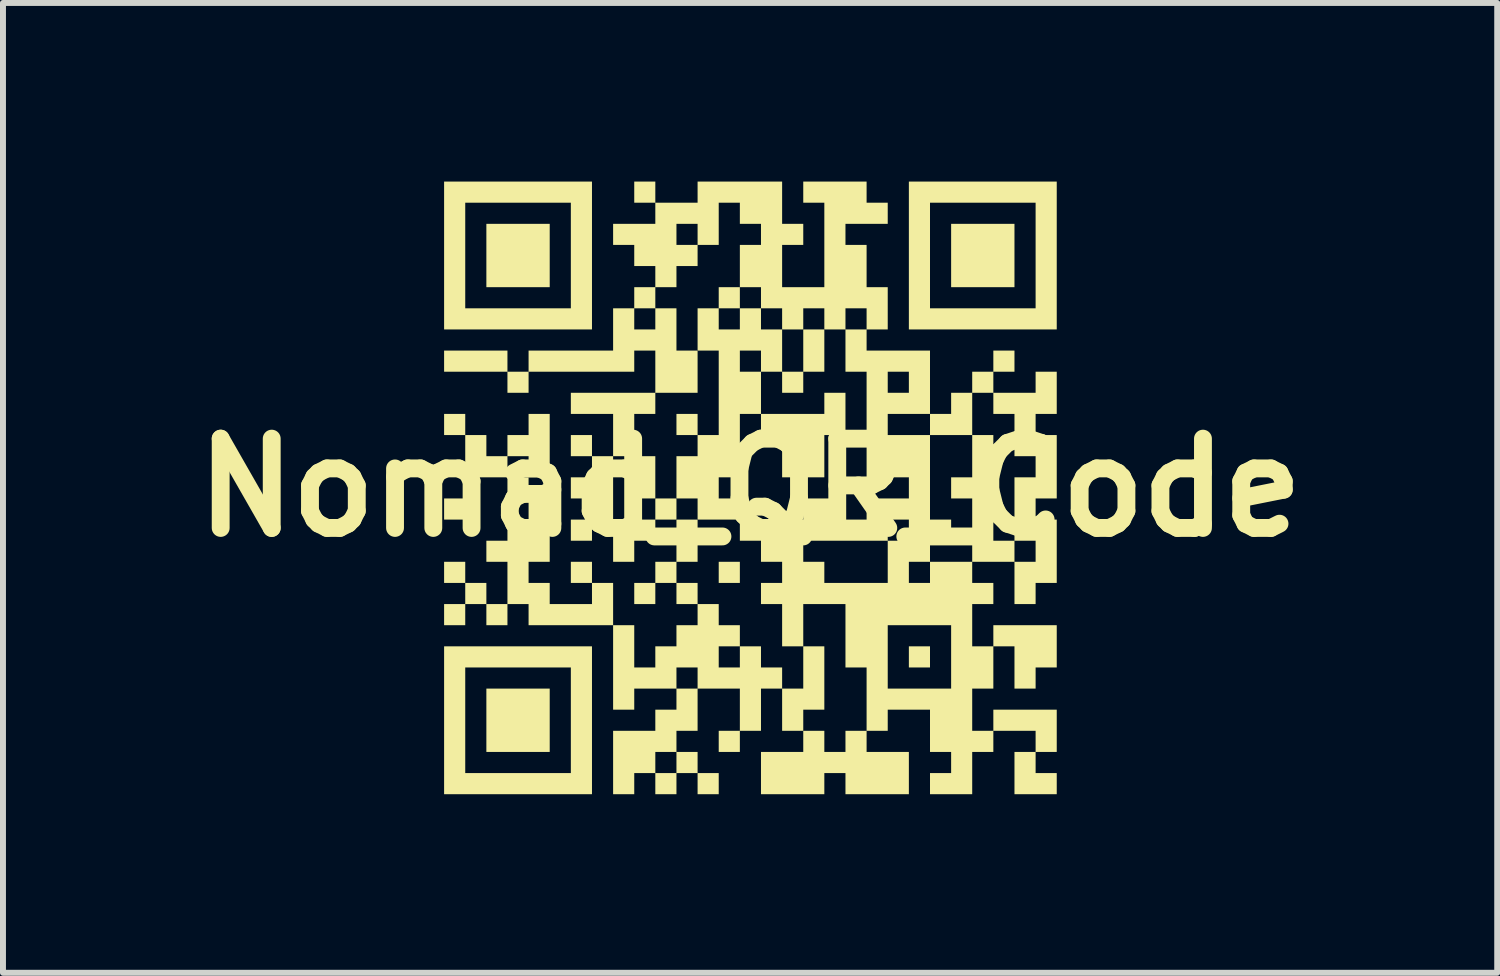
<source format=kicad_pcb>
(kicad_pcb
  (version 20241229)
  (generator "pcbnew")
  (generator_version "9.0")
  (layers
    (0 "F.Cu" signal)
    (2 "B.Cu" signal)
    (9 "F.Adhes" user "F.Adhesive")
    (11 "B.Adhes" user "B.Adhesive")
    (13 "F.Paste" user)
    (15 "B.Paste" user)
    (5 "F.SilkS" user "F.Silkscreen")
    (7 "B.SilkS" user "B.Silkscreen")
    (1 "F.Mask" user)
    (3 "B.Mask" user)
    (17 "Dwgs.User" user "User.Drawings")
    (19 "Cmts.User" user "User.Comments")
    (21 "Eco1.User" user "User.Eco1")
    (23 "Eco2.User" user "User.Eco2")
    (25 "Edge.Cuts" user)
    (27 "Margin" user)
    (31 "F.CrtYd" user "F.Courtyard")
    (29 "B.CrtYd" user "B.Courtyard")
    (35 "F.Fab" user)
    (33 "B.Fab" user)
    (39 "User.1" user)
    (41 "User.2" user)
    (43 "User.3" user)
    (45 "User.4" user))
  (footprint "Nomad_QR_Code"
    (layer "F.Cu")
    (at 9.55 5.14)
    (property "Reference" "Nomad_QR_Code" (at 0 0 0) (layer "F.SilkS") (effects (font (size 1.5 1.5) (thickness 0.3))))
    (attr board_only exclude_from_pos_files exclude_from_bom)
    (fp_poly (pts (xy -4.785 -1.059) (xy -4.785 -0.882) (xy -4.963 -0.882) (xy -5.14 -0.882) (xy -5.14 -1.059) (xy -5.14 -1.237) (xy -4.963 -1.237) (xy -4.785 -1.237)) (stroke (width 0) (type solid)) (fill yes) (layer "F.SilkS"))
    (fp_poly (pts (xy -4.785 0.36) (xy -4.785 0.538) (xy -4.963 0.538) (xy -5.14 0.538) (xy -5.14 0.36) (xy -5.14 0.183) (xy -4.963 0.183) (xy -4.785 0.183)) (stroke (width 0) (type solid)) (fill yes) (layer "F.SilkS"))
    (fp_poly (pts (xy -4.785 1.425) (xy -4.785 1.602) (xy -4.963 1.602) (xy -5.14 1.602) (xy -5.14 1.425) (xy -5.14 1.247) (xy -4.963 1.247) (xy -4.785 1.247)) (stroke (width 0) (type solid)) (fill yes) (layer "F.SilkS"))
    (fp_poly (pts (xy -3.366 -3.898) (xy -3.366 -3.366) (xy -3.898 -3.366) (xy -4.43 -3.366) (xy -4.43 -3.898) (xy -4.43 -4.43) (xy -3.898 -4.43) (xy -3.366 -4.43)) (stroke (width 0) (type solid)) (fill yes) (layer "F.SilkS"))
    (fp_poly (pts (xy -3.366 3.909) (xy -3.366 4.441) (xy -3.898 4.441) (xy -4.43 4.441) (xy -4.43 3.909) (xy -4.43 3.377) (xy -3.898 3.377) (xy -3.366 3.377)) (stroke (width 0) (type solid)) (fill yes) (layer "F.SilkS"))
    (fp_poly (pts (xy -2.656 1.425) (xy -2.656 1.602) (xy -2.834 1.602) (xy -3.011 1.602) (xy -3.011 1.425) (xy -3.011 1.247) (xy -2.834 1.247) (xy -2.656 1.247)) (stroke (width 0) (type solid)) (fill yes) (layer "F.SilkS"))
    (fp_poly (pts (xy -1.592 -0.172) (xy -1.592 0.183) (xy -1.769 0.183) (xy -1.946 0.183) (xy -1.946 -0.172) (xy -1.946 -0.527) (xy -1.769 -0.527) (xy -1.592 -0.527)) (stroke (width 0) (type solid)) (fill yes) (layer "F.SilkS"))
    (fp_poly (pts (xy -0.882 1.78) (xy -0.882 1.957) (xy -1.059 1.957) (xy -1.237 1.957) (xy -1.237 1.78) (xy -1.237 1.602) (xy -1.059 1.602) (xy -0.882 1.602)) (stroke (width 0) (type solid)) (fill yes) (layer "F.SilkS"))
    (fp_poly (pts (xy -0.527 4.974) (xy -0.527 5.151) (xy -0.704 5.151) (xy -0.882 5.151) (xy -0.882 4.974) (xy -0.882 4.796) (xy -0.704 4.796) (xy -0.527 4.796)) (stroke (width 0) (type solid)) (fill yes) (layer "F.SilkS"))
    (fp_poly (pts (xy -0.172 1.425) (xy -0.172 1.602) (xy -0.349 1.602) (xy -0.527 1.602) (xy -0.527 1.425) (xy -0.527 1.247) (xy -0.349 1.247) (xy -0.172 1.247)) (stroke (width 0) (type solid)) (fill yes) (layer "F.SilkS"))
    (fp_poly (pts (xy 3.022 2.844) (xy 3.022 3.022) (xy 2.844 3.022) (xy 2.667 3.022) (xy 2.667 2.844) (xy 2.667 2.667) (xy 2.844 2.667) (xy 3.022 2.667)) (stroke (width 0) (type solid)) (fill yes) (layer "F.SilkS"))
    (fp_poly (pts (xy 4.441 -3.898) (xy 4.441 -3.366) (xy 3.909 -3.366) (xy 3.377 -3.366) (xy 3.377 -3.898) (xy 3.377 -4.43) (xy 3.909 -4.43) (xy 4.441 -4.43)) (stroke (width 0) (type solid)) (fill yes) (layer "F.SilkS"))
    (fp_poly (pts (xy -2.656 -3.898) (xy -2.656 -2.656) (xy -3.898 -2.656) (xy -5.14 -2.656) (xy -5.14 -3.898) (xy -4.785 -3.898) (xy -4.785 -3.011) (xy -3.898 -3.011) (xy -3.011 -3.011) (xy -3.011 -3.898) (xy -3.011 -4.785) (xy -3.898 -4.785) (xy -4.785 -4.785) (xy -4.785 -3.898) (xy -5.14 -3.898) (xy -5.14 -5.14) (xy -3.898 -5.14) (xy -2.656 -5.14)) (stroke (width 0) (type solid)) (fill yes) (layer "F.SilkS"))
    (fp_poly (pts (xy -2.656 3.909) (xy -2.656 5.151) (xy -3.898 5.151) (xy -5.14 5.151) (xy -5.14 3.909) (xy -4.785 3.909) (xy -4.785 4.796) (xy -3.898 4.796) (xy -3.011 4.796) (xy -3.011 3.909) (xy -3.011 3.022) (xy -3.898 3.022) (xy -4.785 3.022) (xy -4.785 3.909) (xy -5.14 3.909) (xy -5.14 2.667) (xy -3.898 2.667) (xy -2.656 2.667)) (stroke (width 0) (type solid)) (fill yes) (layer "F.SilkS"))
    (fp_poly (pts (xy 5.151 -3.898) (xy 5.151 -2.656) (xy 3.909 -2.656) (xy 2.667 -2.656) (xy 2.667 -3.898) (xy 3.022 -3.898) (xy 3.022 -3.011) (xy 3.909 -3.011) (xy 4.796 -3.011) (xy 4.796 -3.898) (xy 4.796 -4.785) (xy 3.909 -4.785) (xy 3.022 -4.785) (xy 3.022 -3.898) (xy 2.667 -3.898) (xy 2.667 -5.14) (xy 3.909 -5.14) (xy 5.151 -5.14)) (stroke (width 0) (type solid)) (fill yes) (layer "F.SilkS"))
    (fp_poly (pts (xy -0.882 0.893) (xy -0.882 1.247) (xy -1.059 1.247) (xy -1.237 1.247) (xy -1.237 1.425) (xy -1.237 1.602) (xy -1.414 1.602) (xy -1.592 1.602) (xy -1.592 1.78) (xy -1.592 1.957) (xy -1.769 1.957) (xy -1.946 1.957) (xy -1.946 1.78) (xy -1.946 1.602) (xy -1.769 1.602) (xy -1.592 1.602) (xy -1.592 1.425) (xy -1.592 1.247) (xy -1.414 1.247) (xy -1.237 1.247) (xy -1.237 0.893) (xy -1.237 0.538) (xy -1.059 0.538) (xy -0.882 0.538)) (stroke (width 0) (type solid)) (fill yes) (layer "F.SilkS"))
    (fp_poly (pts (xy -3.366 -0.704) (xy -3.366 -0.172) (xy -3.543 -0.172) (xy -3.721 -0.172) (xy -3.721 0.005) (xy -3.721 0.183) (xy -3.898 0.183) (xy -4.076 0.183) (xy -4.076 0.005) (xy -4.076 -0.172) (xy -4.43 -0.172) (xy -4.785 -0.172) (xy -4.785 -0.349) (xy -4.076 -0.349) (xy -4.076 -0.172) (xy -3.898 -0.172) (xy -3.721 -0.172) (xy -3.721 -0.349) (xy -3.721 -0.527) (xy -3.898 -0.527) (xy -4.076 -0.527) (xy -4.076 -0.349) (xy -4.785 -0.349) (xy -4.785 -0.527) (xy -4.785 -0.882) (xy -4.608 -0.882) (xy -4.43 -0.882) (xy -4.43 -0.704) (xy -4.43 -0.527) (xy -4.253 -0.527) (xy -4.076 -0.527) (xy -4.076 -0.704) (xy -4.076 -0.882) (xy -3.898 -0.882) (xy -3.721 -0.882) (xy -3.721 -1.059) (xy -3.721 -1.237) (xy -3.543 -1.237) (xy -3.366 -1.237)) (stroke (width 0) (type solid)) (fill yes) (layer "F.SilkS"))
    (fp_poly (pts (xy -3.366 0.715) (xy -3.366 1.247) (xy -3.543 1.247) (xy -3.721 1.247) (xy -3.721 1.425) (xy -3.721 1.602) (xy -3.543 1.602) (xy -3.366 1.602) (xy -3.366 1.78) (xy -3.366 1.957) (xy -3.011 1.957) (xy -2.656 1.957) (xy -2.656 1.78) (xy -2.656 1.602) (xy -2.479 1.602) (xy -2.301 1.602) (xy -2.301 1.957) (xy -2.301 2.312) (xy -3.011 2.312) (xy -3.721 2.312) (xy -3.721 2.135) (xy -3.721 1.957) (xy -3.898 1.957) (xy -4.076 1.957) (xy -4.076 2.135) (xy -4.076 2.312) (xy -4.253 2.312) (xy -4.43 2.312) (xy -4.43 2.135) (xy -4.43 1.957) (xy -4.608 1.957) (xy -4.785 1.957) (xy -4.785 2.135) (xy -4.785 2.312) (xy -4.963 2.312) (xy -5.14 2.312) (xy -5.14 2.135) (xy -5.14 1.957) (xy -4.963 1.957) (xy -4.785 1.957) (xy -4.785 1.78) (xy -4.785 1.602) (xy -4.608 1.602) (xy -4.43 1.602) (xy -4.43 1.78) (xy -4.43 1.957) (xy -4.253 1.957) (xy -4.076 1.957) (xy -4.076 1.602) (xy -4.076 1.247) (xy -4.253 1.247) (xy -4.43 1.247) (xy -4.43 1.07) (xy -4.43 0.893) (xy -4.253 0.893) (xy -4.076 0.893) (xy -4.076 0.715) (xy -4.076 0.538) (xy -3.898 0.538) (xy -3.721 0.538) (xy -3.721 0.36) (xy -3.721 0.183) (xy -3.543 0.183) (xy -3.366 0.183)) (stroke (width 0) (type solid)) (fill yes) (layer "F.SilkS"))
    (fp_poly (pts (xy -0.172 -3.188) (xy -0.172 -3.011) (xy -0.349 -3.011) (xy -0.527 -3.011) (xy -0.527 -2.834) (xy -0.527 -2.656) (xy -0.349 -2.656) (xy -0.172 -2.656) (xy -0.172 -2.834) (xy -0.172 -3.011) (xy 0.005 -3.011) (xy 0.183 -3.011) (xy 0.183 -2.834) (xy 0.183 -2.656) (xy 0.36 -2.656) (xy 0.538 -2.656) (xy 0.538 -2.301) (xy 0.538 -1.946) (xy 0.715 -1.946) (xy 0.893 -1.946) (xy 0.893 -2.301) (xy 0.893 -2.656) (xy 1.07 -2.656) (xy 1.247 -2.656) (xy 1.247 -2.301) (xy 1.247 -1.946) (xy 1.07 -1.946) (xy 0.893 -1.946) (xy 0.893 -1.769) (xy 0.893 -1.592) (xy 0.715 -1.592) (xy 0.538 -1.592) (xy 0.538 -1.769) (xy 0.538 -1.946) (xy 0.36 -1.946) (xy 0.183 -1.946) (xy 0.183 -1.592) (xy 0.183 -1.237) (xy 0.715 -1.237) (xy 1.247 -1.237) (xy 1.247 -1.414) (xy 1.247 -1.592) (xy 1.425 -1.592) (xy 1.602 -1.592) (xy 1.602 -1.237) (xy 1.602 -0.882) (xy 1.425 -0.882) (xy 1.247 -0.882) (xy 1.247 -0.527) (xy 1.247 -0.172) (xy 0.893 -0.172) (xy 0.538 -0.172) (xy 0.538 -0.527) (xy 0.538 -0.882) (xy 0.36 -0.882) (xy 0.183 -0.882) (xy 0.183 -1.059) (xy 0.183 -1.237) (xy 0.005 -1.237) (xy -0.172 -1.237) (xy -0.172 -0.704) (xy -0.172 -0.172) (xy -0.349 -0.172) (xy -0.527 -0.172) (xy -0.527 0.005) (xy -0.527 0.183) (xy -0.349 0.183) (xy -0.172 0.183) (xy -0.172 0.36) (xy -0.172 0.538) (xy -0.527 0.538) (xy -0.882 0.538) (xy -0.882 0.36) (xy -0.882 0.183) (xy -1.059 0.183) (xy -1.237 0.183) (xy -1.237 -0.172) (xy -1.237 -0.527) (xy -1.059 -0.527) (xy -0.882 -0.527) (xy -0.882 -0.704) (xy -0.882 -0.882) (xy -1.059 -0.882) (xy -1.237 -0.882) (xy -1.237 -1.059) (xy -1.237 -1.237) (xy -1.059 -1.237) (xy -0.882 -1.237) (xy -0.882 -1.059) (xy -0.882 -0.882) (xy -0.704 -0.882) (xy -0.527 -0.882) (xy -0.527 -1.592) (xy -0.527 -2.124) (xy -0.172 -2.124) (xy -0.172 -1.946) (xy 0.005 -1.946) (xy 0.183 -1.946) (xy 0.183 -2.124) (xy 0.183 -2.301) (xy 0.005 -2.301) (xy -0.172 -2.301) (xy -0.172 -2.124) (xy -0.527 -2.124) (xy -0.527 -2.301) (xy -0.704 -2.301) (xy -0.882 -2.301) (xy -0.882 -2.656) (xy -0.882 -3.011) (xy -0.704 -3.011) (xy -0.527 -3.011) (xy -0.527 -3.188) (xy -0.527 -3.366) (xy -0.349 -3.366) (xy -0.172 -3.366)) (stroke (width 0) (type solid)) (fill yes) (layer "F.SilkS"))
    (fp_poly (pts (xy -0.527 2.135) (xy -0.527 2.312) (xy -0.349 2.312) (xy -0.172 2.312) (xy -0.172 2.489) (xy -0.172 2.667) (xy -0.349 2.667) (xy -0.527 2.667) (xy -0.527 2.844) (xy -0.527 3.022) (xy -0.349 3.022) (xy -0.172 3.022) (xy -0.172 2.844) (xy -0.172 2.667) (xy 0.005 2.667) (xy 0.183 2.667) (xy 0.183 2.844) (xy 0.183 3.022) (xy 0.36 3.022) (xy 0.538 3.022) (xy 0.538 3.199) (xy 0.538 3.377) (xy 0.715 3.377) (xy 0.893 3.377) (xy 0.893 3.022) (xy 0.893 2.667) (xy 1.07 2.667) (xy 1.247 2.667) (xy 1.247 3.199) (xy 1.247 3.731) (xy 1.07 3.731) (xy 0.893 3.731) (xy 0.893 3.909) (xy 0.893 4.086) (xy 0.715 4.086) (xy 0.538 4.086) (xy 0.538 3.731) (xy 0.538 3.377) (xy 0.36 3.377) (xy 0.183 3.377) (xy 0.183 3.731) (xy 0.183 4.086) (xy 0.005 4.086) (xy -0.172 4.086) (xy -0.172 4.264) (xy -0.172 4.441) (xy -0.349 4.441) (xy -0.527 4.441) (xy -0.527 4.264) (xy -0.527 4.086) (xy -0.349 4.086) (xy -0.172 4.086) (xy -0.172 3.731) (xy -0.172 3.377) (xy -0.527 3.377) (xy -0.882 3.377) (xy -0.882 3.731) (xy -0.882 4.086) (xy -1.059 4.086) (xy -1.237 4.086) (xy -1.237 4.264) (xy -1.237 4.441) (xy -1.414 4.441) (xy -1.592 4.441) (xy -1.592 4.619) (xy -1.592 4.796) (xy -1.414 4.796) (xy -1.237 4.796) (xy -1.237 4.619) (xy -1.237 4.441) (xy -1.059 4.441) (xy -0.882 4.441) (xy -0.882 4.619) (xy -0.882 4.796) (xy -1.059 4.796) (xy -1.237 4.796) (xy -1.237 4.974) (xy -1.237 5.151) (xy -1.414 5.151) (xy -1.592 5.151) (xy -1.592 4.974) (xy -1.592 4.796) (xy -1.769 4.796) (xy -1.946 4.796) (xy -1.946 4.974) (xy -1.946 5.151) (xy -2.124 5.151) (xy -2.301 5.151) (xy -2.301 4.619) (xy -2.301 4.086) (xy -1.946 4.086) (xy -1.592 4.086) (xy -1.592 3.909) (xy -1.592 3.731) (xy -1.414 3.731) (xy -1.237 3.731) (xy -1.237 3.554) (xy -1.237 3.377) (xy -1.592 3.377) (xy -1.946 3.377) (xy -1.946 3.554) (xy -1.946 3.731) (xy -2.124 3.731) (xy -2.301 3.731) (xy -2.301 3.199) (xy -1.237 3.199) (xy -1.237 3.377) (xy -1.059 3.377) (xy -0.882 3.377) (xy -0.882 3.199) (xy -0.882 3.022) (xy -1.059 3.022) (xy -1.237 3.022) (xy -1.237 3.199) (xy -2.301 3.199) (xy -2.301 3.022) (xy -2.301 2.312) (xy -2.124 2.312) (xy -1.946 2.312) (xy -1.946 2.667) (xy -1.946 3.022) (xy -1.769 3.022) (xy -1.592 3.022) (xy -1.592 2.844) (xy -1.592 2.667) (xy -1.414 2.667) (xy -1.237 2.667) (xy -1.237 2.489) (xy -1.237 2.312) (xy -1.059 2.312) (xy -0.882 2.312) (xy -0.882 2.135) (xy -0.882 1.957) (xy -0.704 1.957) (xy -0.527 1.957)) (stroke (width 0) (type solid)) (fill yes) (layer "F.SilkS"))
    (fp_poly (pts (xy -1.592 -4.963) (xy -1.592 -4.785) (xy -1.237 -4.785) (xy -0.882 -4.785) (xy -0.882 -4.963) (xy -0.882 -5.14) (xy -0.172 -5.14) (xy 0.538 -5.14) (xy 0.538 -4.785) (xy 0.538 -4.43) (xy 0.715 -4.43) (xy 0.893 -4.43) (xy 0.893 -4.253) (xy 0.893 -4.076) (xy 0.715 -4.076) (xy 0.538 -4.076) (xy 0.538 -3.721) (xy 0.538 -3.366) (xy 0.893 -3.366) (xy 1.247 -3.366) (xy 1.247 -4.076) (xy 1.247 -4.785) (xy 1.07 -4.785) (xy 0.893 -4.785) (xy 0.893 -4.963) (xy 0.893 -5.14) (xy 1.425 -5.14) (xy 1.957 -5.14) (xy 1.957 -4.963) (xy 1.957 -4.785) (xy 2.135 -4.785) (xy 2.312 -4.785) (xy 2.312 -4.608) (xy 2.312 -4.43) (xy 1.957 -4.43) (xy 1.602 -4.43) (xy 1.602 -4.253) (xy 1.602 -4.076) (xy 1.78 -4.076) (xy 1.957 -4.076) (xy 1.957 -3.721) (xy 1.957 -3.366) (xy 2.135 -3.366) (xy 2.312 -3.366) (xy 2.312 -3.011) (xy 2.312 -2.656) (xy 2.135 -2.656) (xy 1.957 -2.656) (xy 1.957 -2.479) (xy 1.957 -2.301) (xy 2.489 -2.301) (xy 3.022 -2.301) (xy 3.022 -1.769) (xy 3.022 -1.237) (xy 3.199 -1.237) (xy 3.377 -1.237) (xy 3.377 -1.414) (xy 3.377 -1.592) (xy 3.554 -1.592) (xy 3.731 -1.592) (xy 3.731 -1.769) (xy 3.731 -1.946) (xy 3.909 -1.946) (xy 4.086 -1.946) (xy 4.086 -2.124) (xy 4.086 -2.301) (xy 4.264 -2.301) (xy 4.441 -2.301) (xy 4.441 -2.124) (xy 4.441 -1.946) (xy 4.264 -1.946) (xy 4.086 -1.946) (xy 4.086 -1.769) (xy 4.086 -1.592) (xy 4.441 -1.592) (xy 4.796 -1.592) (xy 4.796 -1.769) (xy 4.796 -1.946) (xy 4.974 -1.946) (xy 5.151 -1.946) (xy 5.151 -1.592) (xy 5.151 -1.237) (xy 4.974 -1.237) (xy 4.796 -1.237) (xy 4.796 -1.059) (xy 4.796 -0.882) (xy 4.974 -0.882) (xy 5.151 -0.882) (xy 5.151 -0.349) (xy 5.151 0.183) (xy 4.974 0.183) (xy 4.796 0.183) (xy 4.796 0.36) (xy 4.796 0.538) (xy 4.974 0.538) (xy 5.151 0.538) (xy 5.151 1.07) (xy 5.151 1.602) (xy 4.974 1.602) (xy 4.796 1.602) (xy 4.796 1.78) (xy 4.796 1.957) (xy 4.619 1.957) (xy 4.441 1.957) (xy 4.441 1.602) (xy 4.441 1.247) (xy 4.086 1.247) (xy 3.731 1.247) (xy 3.731 1.425) (xy 3.731 1.602) (xy 3.909 1.602) (xy 4.086 1.602) (xy 4.086 1.78) (xy 4.086 1.957) (xy 3.909 1.957) (xy 3.731 1.957) (xy 3.731 2.312) (xy 3.731 2.667) (xy 3.909 2.667) (xy 4.086 2.667) (xy 4.086 2.489) (xy 4.086 2.312) (xy 4.619 2.312) (xy 5.151 2.312) (xy 5.151 2.667) (xy 5.151 3.022) (xy 4.974 3.022) (xy 4.796 3.022) (xy 4.796 3.199) (xy 4.796 3.377) (xy 4.619 3.377) (xy 4.441 3.377) (xy 4.441 3.022) (xy 4.441 2.667) (xy 4.264 2.667) (xy 4.086 2.667) (xy 4.086 3.022) (xy 4.086 3.377) (xy 3.909 3.377) (xy 3.731 3.377) (xy 3.731 3.731) (xy 3.731 4.086) (xy 3.909 4.086) (xy 4.086 4.086) (xy 4.086 3.909) (xy 4.086 3.731) (xy 4.619 3.731) (xy 5.151 3.731) (xy 5.151 4.086) (xy 5.151 4.441) (xy 4.974 4.441) (xy 4.796 4.441) (xy 4.796 4.619) (xy 4.796 4.796) (xy 4.974 4.796) (xy 5.151 4.796) (xy 5.151 4.974) (xy 5.151 5.151) (xy 4.796 5.151) (xy 4.441 5.151) (xy 4.441 4.796) (xy 4.441 4.441) (xy 4.619 4.441) (xy 4.796 4.441) (xy 4.796 4.264) (xy 4.796 4.086) (xy 4.441 4.086) (xy 4.086 4.086) (xy 4.086 4.264) (xy 4.086 4.441) (xy 3.909 4.441) (xy 3.731 4.441) (xy 3.731 4.796) (xy 3.731 5.151) (xy 3.377 5.151) (xy 3.022 5.151) (xy 3.022 4.974) (xy 3.022 4.796) (xy 3.199 4.796) (xy 3.377 4.796) (xy 3.377 4.619) (xy 3.377 4.441) (xy 3.199 4.441) (xy 3.022 4.441) (xy 3.022 4.086) (xy 3.022 3.731) (xy 2.667 3.731) (xy 2.312 3.731) (xy 2.312 3.909) (xy 2.312 4.086) (xy 2.135 4.086) (xy 1.957 4.086) (xy 1.957 4.264) (xy 1.957 4.441) (xy 2.312 4.441) (xy 2.667 4.441) (xy 2.667 4.796) (xy 2.667 5.151) (xy 2.135 5.151) (xy 1.602 5.151) (xy 1.602 4.974) (xy 1.602 4.796) (xy 1.425 4.796) (xy 1.247 4.796) (xy 1.247 4.974) (xy 1.247 5.151) (xy 0.715 5.151) (xy 0.183 5.151) (xy 0.183 4.796) (xy 0.183 4.441) (xy 0.538 4.441) (xy 0.893 4.441) (xy 0.893 4.264) (xy 0.893 4.086) (xy 1.07 4.086) (xy 1.247 4.086) (xy 1.247 4.264) (xy 1.247 4.441) (xy 1.425 4.441) (xy 1.602 4.441) (xy 1.602 4.264) (xy 1.602 4.086) (xy 1.78 4.086) (xy 1.957 4.086) (xy 1.957 3.554) (xy 1.957 3.022) (xy 1.78 3.022) (xy 1.602 3.022) (xy 1.602 2.844) (xy 2.312 2.844) (xy 2.312 3.377) (xy 2.844 3.377) (xy 3.377 3.377) (xy 3.377 2.844) (xy 3.377 2.312) (xy 2.844 2.312) (xy 2.312 2.312) (xy 2.312 2.844) (xy 1.602 2.844) (xy 1.602 2.489) (xy 1.602 1.957) (xy 1.247 1.957) (xy 0.893 1.957) (xy 0.893 2.312) (xy 0.893 2.667) (xy 0.715 2.667) (xy 0.538 2.667) (xy 0.538 2.312) (xy 0.538 1.957) (xy 0.36 1.957) (xy 0.183 1.957) (xy 0.183 1.78) (xy 0.183 1.602) (xy 0.36 1.602) (xy 0.538 1.602) (xy 0.538 1.425) (xy 0.538 1.247) (xy 0.36 1.247) (xy 0.183 1.247) (xy 0.183 1.07) (xy 0.183 0.893) (xy 0.893 0.893) (xy 0.893 1.07) (xy 0.893 1.247) (xy 1.07 1.247) (xy 1.247 1.247) (xy 1.247 1.425) (xy 1.247 1.602) (xy 1.78 1.602) (xy 2.312 1.602) (xy 2.312 1.247) (xy 2.312 0.893) (xy 2.489 0.893) (xy 2.667 0.893) (xy 2.667 0.715) (xy 2.667 0.538) (xy 2.489 0.538) (xy 2.312 0.538) (xy 2.312 0.715) (xy 2.312 0.893) (xy 1.602 0.893) (xy 0.893 0.893) (xy 0.183 0.893) (xy 0.005 0.893) (xy -0.172 0.893) (xy -0.172 0.715) (xy -0.172 0.538) (xy 0.36 0.538) (xy 0.893 0.538) (xy 0.893 0.36) (xy 0.893 0.183) (xy 1.247 0.183) (xy 1.602 0.183) (xy 1.602 0.36) (xy 1.602 0.538) (xy 1.78 0.538) (xy 1.957 0.538) (xy 1.957 0.36) (xy 1.957 0.183) (xy 2.312 0.183) (xy 2.667 0.183) (xy 2.667 0.005) (xy 2.667 -0.172) (xy 2.312 -0.172) (xy 1.957 -0.172) (xy 1.957 -1.059) (xy 1.957 -1.237) (xy 2.312 -1.237) (xy 2.312 -1.059) (xy 2.312 -0.882) (xy 2.667 -0.882) (xy 3.022 -0.882) (xy 3.022 -0.172) (xy 3.022 0.538) (xy 3.199 0.538) (xy 3.377 0.538) (xy 3.377 0.715) (xy 3.377 0.893) (xy 3.199 0.893) (xy 3.022 0.893) (xy 3.022 1.07) (xy 3.022 1.247) (xy 2.844 1.247) (xy 2.667 1.247) (xy 2.667 1.425) (xy 2.667 1.602) (xy 2.844 1.602) (xy 3.022 1.602) (xy 3.022 1.425) (xy 3.022 1.247) (xy 3.377 1.247) (xy 3.731 1.247) (xy 3.731 1.07) (xy 4.441 1.07) (xy 4.441 1.247) (xy 4.619 1.247) (xy 4.796 1.247) (xy 4.796 1.07) (xy 4.796 0.893) (xy 4.619 0.893) (xy 4.441 0.893) (xy 4.441 1.07) (xy 3.731 1.07) (xy 3.731 0.715) (xy 3.731 0.183) (xy 3.554 0.183) (xy 3.377 0.183) (xy 3.377 0.005) (xy 3.377 -0.172) (xy 3.554 -0.172) (xy 3.731 -0.172) (xy 3.731 -0.527) (xy 3.731 -0.882) (xy 3.909 -0.882) (xy 4.086 -0.882) (xy 4.086 0.005) (xy 4.086 0.893) (xy 4.264 0.893) (xy 4.441 0.893) (xy 4.441 0.36) (xy 4.441 -0.172) (xy 4.619 -0.172) (xy 4.796 -0.172) (xy 4.796 -0.349) (xy 4.796 -0.527) (xy 4.619 -0.527) (xy 4.441 -0.527) (xy 4.441 -0.882) (xy 4.441 -1.237) (xy 4.264 -1.237) (xy 4.086 -1.237) (xy 4.086 -1.414) (xy 4.086 -1.592) (xy 3.909 -1.592) (xy 3.731 -1.592) (xy 3.731 -1.237) (xy 3.731 -0.882) (xy 3.377 -0.882) (xy 3.022 -0.882) (xy 3.022 -1.059) (xy 3.022 -1.237) (xy 2.667 -1.237) (xy 2.312 -1.237) (xy 1.957 -1.237) (xy 1.957 -1.769) (xy 2.312 -1.769) (xy 2.312 -1.592) (xy 2.489 -1.592) (xy 2.667 -1.592) (xy 2.667 -1.769) (xy 2.667 -1.946) (xy 2.489 -1.946) (xy 2.312 -1.946) (xy 2.312 -1.769) (xy 1.957 -1.769) (xy 1.957 -1.946) (xy 1.78 -1.946) (xy 1.602 -1.946) (xy 1.602 -2.301) (xy 1.602 -2.656) (xy 1.78 -2.656) (xy 1.957 -2.656) (xy 1.957 -2.834) (xy 1.957 -3.011) (xy 1.78 -3.011) (xy 1.602 -3.011) (xy 1.602 -2.834) (xy 1.602 -2.656) (xy 1.425 -2.656) (xy 1.247 -2.656) (xy 1.247 -2.834) (xy 1.247 -3.011) (xy 1.07 -3.011) (xy 0.893 -3.011) (xy 0.893 -2.834) (xy 0.893 -2.656) (xy 0.715 -2.656) (xy 0.538 -2.656) (xy 0.538 -2.834) (xy 0.538 -3.011) (xy 0.36 -3.011) (xy 0.183 -3.011) (xy 0.183 -3.188) (xy 0.183 -3.366) (xy 0.005 -3.366) (xy -0.172 -3.366) (xy -0.172 -3.721) (xy -0.172 -4.076) (xy 0.005 -4.076) (xy 0.183 -4.076) (xy 0.183 -4.253) (xy 0.183 -4.43) (xy 0.005 -4.43) (xy -0.172 -4.43) (xy -0.172 -4.608) (xy -0.172 -4.785) (xy -0.349 -4.785) (xy -0.527 -4.785) (xy -0.527 -4.43) (xy -0.527 -4.076) (xy -0.704 -4.076) (xy -0.882 -4.076) (xy -0.882 -4.253) (xy -0.882 -4.43) (xy -1.059 -4.43) (xy -1.237 -4.43) (xy -1.237 -4.253) (xy -1.237 -4.076) (xy -1.059 -4.076) (xy -0.882 -4.076) (xy -0.882 -3.898) (xy -0.882 -3.721) (xy -1.059 -3.721) (xy -1.237 -3.721) (xy -1.237 -3.543) (xy -1.237 -3.366) (xy -1.414 -3.366) (xy -1.592 -3.366) (xy -1.592 -3.188) (xy -1.592 -3.011) (xy -1.769 -3.011) (xy -1.946 -3.011) (xy -1.946 -2.834) (xy -1.946 -2.656) (xy -1.769 -2.656) (xy -1.592 -2.656) (xy -1.592 -2.834) (xy -1.592 -3.011) (xy -1.414 -3.011) (xy -1.237 -3.011) (xy -1.237 -2.656) (xy -1.237 -2.301) (xy -1.059 -2.301) (xy -0.882 -2.301) (xy -0.882 -1.946) (xy -0.882 -1.592) (xy -1.237 -1.592) (xy -1.592 -1.592) (xy -1.592 -1.414) (xy -1.592 -1.237) (xy -1.769 -1.237) (xy -1.946 -1.237) (xy -1.946 -0.882) (xy -1.946 -0.527) (xy -2.124 -0.527) (xy -2.301 -0.527) (xy -2.301 0.005) (xy -2.301 0.538) (xy -1.946 0.538) (xy -1.592 0.538) (xy -1.592 0.36) (xy -1.592 0.183) (xy -1.414 0.183) (xy -1.237 0.183) (xy -1.237 0.36) (xy -1.237 0.538) (xy -1.414 0.538) (xy -1.592 0.538) (xy -1.592 0.715) (xy -1.592 0.893) (xy -1.769 0.893) (xy -1.946 0.893) (xy -1.946 1.07) (xy -1.946 1.247) (xy -2.124 1.247) (xy -2.301 1.247) (xy -2.301 0.893) (xy -2.301 0.538) (xy -2.479 0.538) (xy -2.656 0.538) (xy -2.656 0.715) (xy -2.656 0.893) (xy -2.834 0.893) (xy -3.011 0.893) (xy -3.011 0.715) (xy -3.011 0.538) (xy -2.834 0.538) (xy -2.656 0.538) (xy -2.656 0.36) (xy -2.656 0.183) (xy -2.834 0.183) (xy -3.011 0.183) (xy -3.011 0.005) (xy -3.011 -0.172) (xy -2.834 -0.172) (xy -2.656 -0.172) (xy -2.656 -0.349) (xy -2.656 -0.527) (xy -2.834 -0.527) (xy -3.011 -0.527) (xy -3.011 -0.704) (xy -3.011 -0.882) (xy -2.834 -0.882) (xy -2.656 -0.882) (xy -2.656 -0.704) (xy -2.656 -0.527) (xy -2.479 -0.527) (xy -2.301 -0.527) (xy -2.301 -0.882) (xy -2.301 -1.237) (xy -2.656 -1.237) (xy -3.011 -1.237) (xy -3.011 -1.414) (xy -3.011 -1.592) (xy -2.301 -1.592) (xy -1.592 -1.592) (xy -1.592 -1.946) (xy -1.592 -2.301) (xy -1.769 -2.301) (xy -1.946 -2.301) (xy -1.946 -2.124) (xy -1.946 -1.946) (xy -2.834 -1.946) (xy -3.721 -1.946) (xy -3.721 -1.769) (xy -3.721 -1.592) (xy -3.898 -1.592) (xy -4.076 -1.592) (xy -4.076 -1.769) (xy -4.076 -1.946) (xy -4.608 -1.946) (xy -5.14 -1.946) (xy -5.14 -2.124) (xy -5.14 -2.301) (xy -4.608 -2.301) (xy -4.076 -2.301) (xy -4.076 -2.124) (xy -4.076 -1.946) (xy -3.898 -1.946) (xy -3.721 -1.946) (xy -3.721 -2.124) (xy -3.721 -2.301) (xy -3.011 -2.301) (xy -2.301 -2.301) (xy -2.301 -2.656) (xy -2.301 -3.011) (xy -2.124 -3.011) (xy -1.946 -3.011) (xy -1.946 -3.188) (xy -1.946 -3.366) (xy -1.769 -3.366) (xy -1.592 -3.366) (xy -1.592 -3.543) (xy -1.592 -3.721) (xy -1.769 -3.721) (xy -1.946 -3.721) (xy -1.946 -3.898) (xy -1.946 -4.076) (xy -2.124 -4.076) (xy -2.301 -4.076) (xy -2.301 -4.253) (xy -2.301 -4.43) (xy -1.946 -4.43) (xy -1.592 -4.43) (xy -1.592 -4.608) (xy -1.592 -4.785) (xy -1.769 -4.785) (xy -1.946 -4.785) (xy -1.946 -4.963) (xy -1.946 -5.14) (xy -1.769 -5.14) (xy -1.592 -5.14)) (stroke (width 0) (type solid)) (fill yes) (layer "F.SilkS")))
  (gr_rect
    (start -3 -3)
    (end 22.1 13.291)
    (stroke (width 0.1) (type default))
    (fill no)
    (layer "Edge.Cuts")))
</source>
